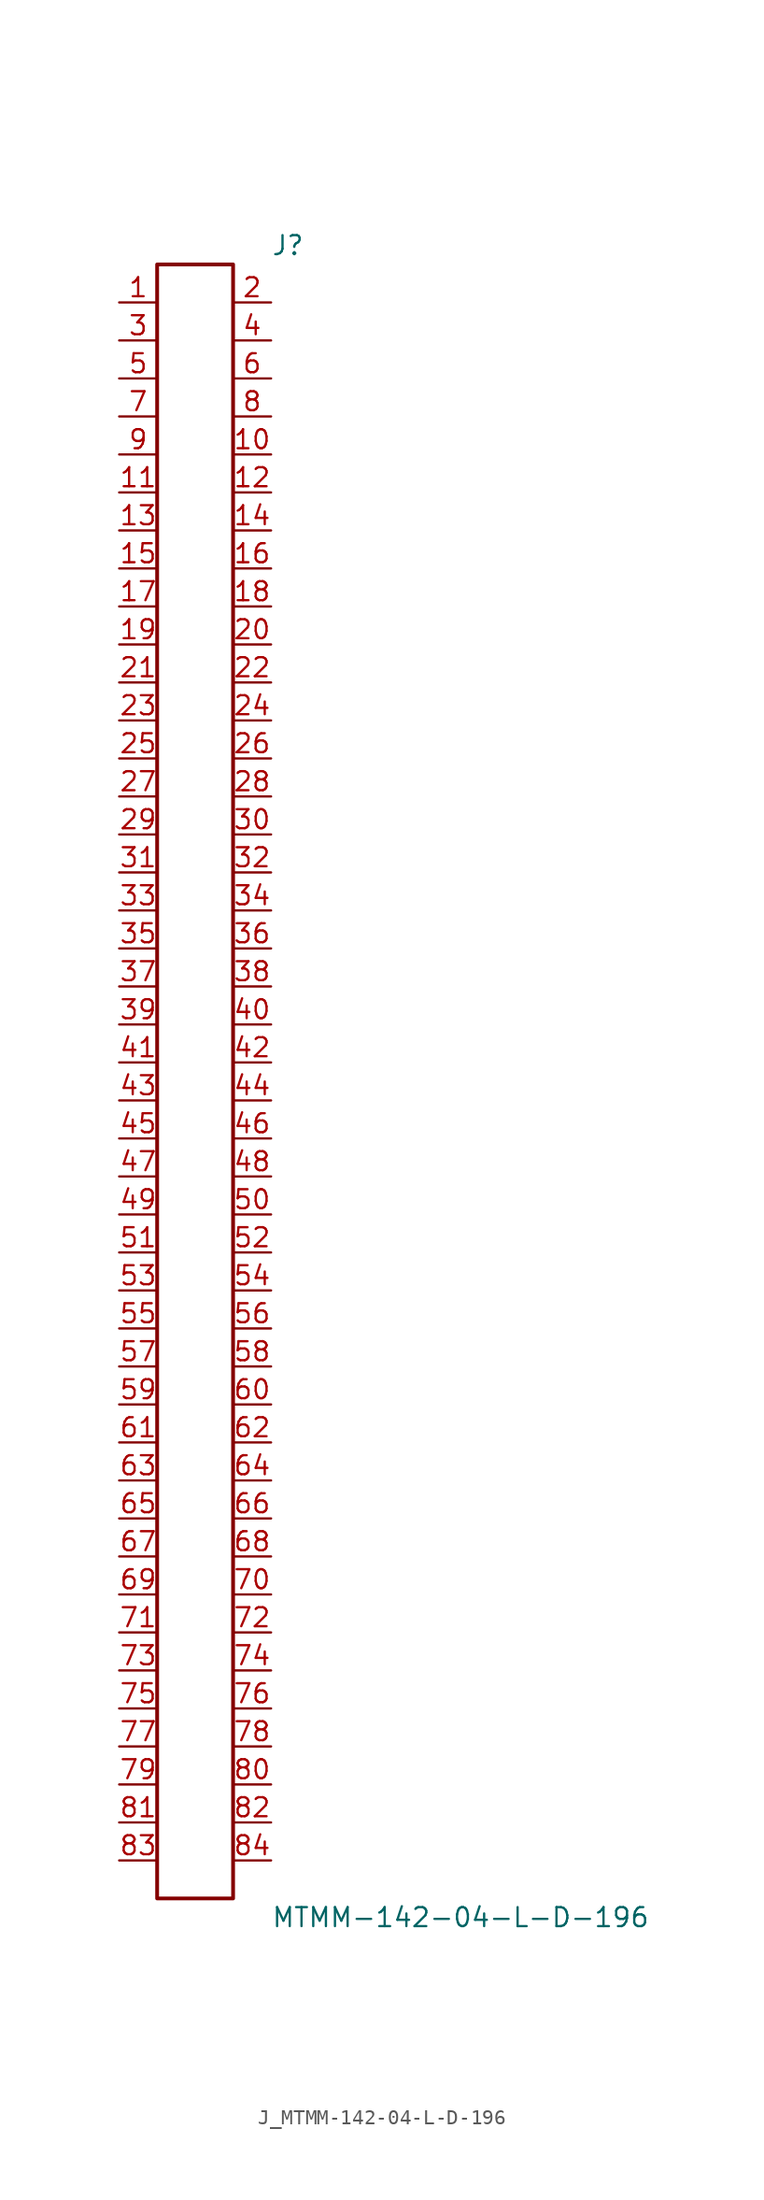
<source format=kicad_sym>
(kicad_symbol_lib
  (version 20231120)
  (generator kicad_symbol_editor)
  (generator_version 8.0)
  (symbol "J_MTMM-142-04-L-D-196"
    (pin_names
      (offset 0.254))
    (property "Reference" "J"
      (at 5.08 55.88 0)
      (effects (font (size 1.27 1.27)) (justify left)))
    (property "Value" "MTMM-142-04-L-D-196"
      (at 5.08 -55.88 0)
      (effects (font (size 1.27 1.27)) (justify left)))
    (symbol "J_MTMM-142-04-L-D-196_0_0"
      (pin passive line (at -5.08 52.07 0) (length 2.54) (name "" (effects (font (size 1.27 1.27)))) (number "1" (effects (font (size 1.27 1.27)))))
      (pin passive line (at 5.08 52.07 180) (length 2.54) (name "" (effects (font (size 1.27 1.27)))) (number "2" (effects (font (size 1.27 1.27)))))
      (pin passive line (at -5.08 49.53 0) (length 2.54) (name "" (effects (font (size 1.27 1.27)))) (number "3" (effects (font (size 1.27 1.27)))))
      (pin passive line (at 5.08 49.53 180) (length 2.54) (name "" (effects (font (size 1.27 1.27)))) (number "4" (effects (font (size 1.27 1.27)))))
      (pin passive line (at -5.08 46.99 0) (length 2.54) (name "" (effects (font (size 1.27 1.27)))) (number "5" (effects (font (size 1.27 1.27)))))
      (pin passive line (at 5.08 46.99 180) (length 2.54) (name "" (effects (font (size 1.27 1.27)))) (number "6" (effects (font (size 1.27 1.27)))))
      (pin passive line (at -5.08 44.45 0) (length 2.54) (name "" (effects (font (size 1.27 1.27)))) (number "7" (effects (font (size 1.27 1.27)))))
      (pin passive line (at 5.08 44.45 180) (length 2.54) (name "" (effects (font (size 1.27 1.27)))) (number "8" (effects (font (size 1.27 1.27)))))
      (pin passive line (at -5.08 41.91 0) (length 2.54) (name "" (effects (font (size 1.27 1.27)))) (number "9" (effects (font (size 1.27 1.27)))))
      (pin passive line (at 5.08 41.91 180) (length 2.54) (name "" (effects (font (size 1.27 1.27)))) (number "10" (effects (font (size 1.27 1.27)))))
      (pin passive line (at -5.08 39.37 0) (length 2.54) (name "" (effects (font (size 1.27 1.27)))) (number "11" (effects (font (size 1.27 1.27)))))
      (pin passive line (at 5.08 39.37 180) (length 2.54) (name "" (effects (font (size 1.27 1.27)))) (number "12" (effects (font (size 1.27 1.27)))))
      (pin passive line (at -5.08 36.83 0) (length 2.54) (name "" (effects (font (size 1.27 1.27)))) (number "13" (effects (font (size 1.27 1.27)))))
      (pin passive line (at 5.08 36.83 180) (length 2.54) (name "" (effects (font (size 1.27 1.27)))) (number "14" (effects (font (size 1.27 1.27)))))
      (pin passive line (at -5.08 34.29 0) (length 2.54) (name "" (effects (font (size 1.27 1.27)))) (number "15" (effects (font (size 1.27 1.27)))))
      (pin passive line (at 5.08 34.29 180) (length 2.54) (name "" (effects (font (size 1.27 1.27)))) (number "16" (effects (font (size 1.27 1.27)))))
      (pin passive line (at -5.08 31.75 0) (length 2.54) (name "" (effects (font (size 1.27 1.27)))) (number "17" (effects (font (size 1.27 1.27)))))
      (pin passive line (at 5.08 31.75 180) (length 2.54) (name "" (effects (font (size 1.27 1.27)))) (number "18" (effects (font (size 1.27 1.27)))))
      (pin passive line (at -5.08 29.21 0) (length 2.54) (name "" (effects (font (size 1.27 1.27)))) (number "19" (effects (font (size 1.27 1.27)))))
      (pin passive line (at 5.08 29.21 180) (length 2.54) (name "" (effects (font (size 1.27 1.27)))) (number "20" (effects (font (size 1.27 1.27)))))
      (pin passive line (at -5.08 26.67 0) (length 2.54) (name "" (effects (font (size 1.27 1.27)))) (number "21" (effects (font (size 1.27 1.27)))))
      (pin passive line (at 5.08 26.67 180) (length 2.54) (name "" (effects (font (size 1.27 1.27)))) (number "22" (effects (font (size 1.27 1.27)))))
      (pin passive line (at -5.08 24.13 0) (length 2.54) (name "" (effects (font (size 1.27 1.27)))) (number "23" (effects (font (size 1.27 1.27)))))
      (pin passive line (at 5.08 24.13 180) (length 2.54) (name "" (effects (font (size 1.27 1.27)))) (number "24" (effects (font (size 1.27 1.27)))))
      (pin passive line (at -5.08 21.59 0) (length 2.54) (name "" (effects (font (size 1.27 1.27)))) (number "25" (effects (font (size 1.27 1.27)))))
      (pin passive line (at 5.08 21.59 180) (length 2.54) (name "" (effects (font (size 1.27 1.27)))) (number "26" (effects (font (size 1.27 1.27)))))
      (pin passive line (at -5.08 19.05 0) (length 2.54) (name "" (effects (font (size 1.27 1.27)))) (number "27" (effects (font (size 1.27 1.27)))))
      (pin passive line (at 5.08 19.05 180) (length 2.54) (name "" (effects (font (size 1.27 1.27)))) (number "28" (effects (font (size 1.27 1.27)))))
      (pin passive line (at -5.08 16.51 0) (length 2.54) (name "" (effects (font (size 1.27 1.27)))) (number "29" (effects (font (size 1.27 1.27)))))
      (pin passive line (at 5.08 16.51 180) (length 2.54) (name "" (effects (font (size 1.27 1.27)))) (number "30" (effects (font (size 1.27 1.27)))))
      (pin passive line (at -5.08 13.97 0) (length 2.54) (name "" (effects (font (size 1.27 1.27)))) (number "31" (effects (font (size 1.27 1.27)))))
      (pin passive line (at 5.08 13.97 180) (length 2.54) (name "" (effects (font (size 1.27 1.27)))) (number "32" (effects (font (size 1.27 1.27)))))
      (pin passive line (at -5.08 11.43 0) (length 2.54) (name "" (effects (font (size 1.27 1.27)))) (number "33" (effects (font (size 1.27 1.27)))))
      (pin passive line (at 5.08 11.43 180) (length 2.54) (name "" (effects (font (size 1.27 1.27)))) (number "34" (effects (font (size 1.27 1.27)))))
      (pin passive line (at -5.08 8.89 0) (length 2.54) (name "" (effects (font (size 1.27 1.27)))) (number "35" (effects (font (size 1.27 1.27)))))
      (pin passive line (at 5.08 8.89 180) (length 2.54) (name "" (effects (font (size 1.27 1.27)))) (number "36" (effects (font (size 1.27 1.27)))))
      (pin passive line (at -5.08 6.35 0) (length 2.54) (name "" (effects (font (size 1.27 1.27)))) (number "37" (effects (font (size 1.27 1.27)))))
      (pin passive line (at 5.08 6.35 180) (length 2.54) (name "" (effects (font (size 1.27 1.27)))) (number "38" (effects (font (size 1.27 1.27)))))
      (pin passive line (at -5.08 3.81 0) (length 2.54) (name "" (effects (font (size 1.27 1.27)))) (number "39" (effects (font (size 1.27 1.27)))))
      (pin passive line (at 5.08 3.81 180) (length 2.54) (name "" (effects (font (size 1.27 1.27)))) (number "40" (effects (font (size 1.27 1.27)))))
      (pin passive line (at -5.08 1.27 0) (length 2.54) (name "" (effects (font (size 1.27 1.27)))) (number "41" (effects (font (size 1.27 1.27)))))
      (pin passive line (at 5.08 1.27 180) (length 2.54) (name "" (effects (font (size 1.27 1.27)))) (number "42" (effects (font (size 1.27 1.27)))))
      (pin passive line (at -5.08 -1.27 0) (length 2.54) (name "" (effects (font (size 1.27 1.27)))) (number "43" (effects (font (size 1.27 1.27)))))
      (pin passive line (at 5.08 -1.27 180) (length 2.54) (name "" (effects (font (size 1.27 1.27)))) (number "44" (effects (font (size 1.27 1.27)))))
      (pin passive line (at -5.08 -3.81 0) (length 2.54) (name "" (effects (font (size 1.27 1.27)))) (number "45" (effects (font (size 1.27 1.27)))))
      (pin passive line (at 5.08 -3.81 180) (length 2.54) (name "" (effects (font (size 1.27 1.27)))) (number "46" (effects (font (size 1.27 1.27)))))
      (pin passive line (at -5.08 -6.35 0) (length 2.54) (name "" (effects (font (size 1.27 1.27)))) (number "47" (effects (font (size 1.27 1.27)))))
      (pin passive line (at 5.08 -6.35 180) (length 2.54) (name "" (effects (font (size 1.27 1.27)))) (number "48" (effects (font (size 1.27 1.27)))))
      (pin passive line (at -5.08 -8.89 0) (length 2.54) (name "" (effects (font (size 1.27 1.27)))) (number "49" (effects (font (size 1.27 1.27)))))
      (pin passive line (at 5.08 -8.89 180) (length 2.54) (name "" (effects (font (size 1.27 1.27)))) (number "50" (effects (font (size 1.27 1.27)))))
      (pin passive line (at -5.08 -11.43 0) (length 2.54) (name "" (effects (font (size 1.27 1.27)))) (number "51" (effects (font (size 1.27 1.27)))))
      (pin passive line (at 5.08 -11.43 180) (length 2.54) (name "" (effects (font (size 1.27 1.27)))) (number "52" (effects (font (size 1.27 1.27)))))
      (pin passive line (at -5.08 -13.97 0) (length 2.54) (name "" (effects (font (size 1.27 1.27)))) (number "53" (effects (font (size 1.27 1.27)))))
      (pin passive line (at 5.08 -13.97 180) (length 2.54) (name "" (effects (font (size 1.27 1.27)))) (number "54" (effects (font (size 1.27 1.27)))))
      (pin passive line (at -5.08 -16.51 0) (length 2.54) (name "" (effects (font (size 1.27 1.27)))) (number "55" (effects (font (size 1.27 1.27)))))
      (pin passive line (at 5.08 -16.51 180) (length 2.54) (name "" (effects (font (size 1.27 1.27)))) (number "56" (effects (font (size 1.27 1.27)))))
      (pin passive line (at -5.08 -19.05 0) (length 2.54) (name "" (effects (font (size 1.27 1.27)))) (number "57" (effects (font (size 1.27 1.27)))))
      (pin passive line (at 5.08 -19.05 180) (length 2.54) (name "" (effects (font (size 1.27 1.27)))) (number "58" (effects (font (size 1.27 1.27)))))
      (pin passive line (at -5.08 -21.59 0) (length 2.54) (name "" (effects (font (size 1.27 1.27)))) (number "59" (effects (font (size 1.27 1.27)))))
      (pin passive line (at 5.08 -21.59 180) (length 2.54) (name "" (effects (font (size 1.27 1.27)))) (number "60" (effects (font (size 1.27 1.27)))))
      (pin passive line (at -5.08 -24.13 0) (length 2.54) (name "" (effects (font (size 1.27 1.27)))) (number "61" (effects (font (size 1.27 1.27)))))
      (pin passive line (at 5.08 -24.13 180) (length 2.54) (name "" (effects (font (size 1.27 1.27)))) (number "62" (effects (font (size 1.27 1.27)))))
      (pin passive line (at -5.08 -26.67 0) (length 2.54) (name "" (effects (font (size 1.27 1.27)))) (number "63" (effects (font (size 1.27 1.27)))))
      (pin passive line (at 5.08 -26.67 180) (length 2.54) (name "" (effects (font (size 1.27 1.27)))) (number "64" (effects (font (size 1.27 1.27)))))
      (pin passive line (at -5.08 -29.21 0) (length 2.54) (name "" (effects (font (size 1.27 1.27)))) (number "65" (effects (font (size 1.27 1.27)))))
      (pin passive line (at 5.08 -29.21 180) (length 2.54) (name "" (effects (font (size 1.27 1.27)))) (number "66" (effects (font (size 1.27 1.27)))))
      (pin passive line (at -5.08 -31.75 0) (length 2.54) (name "" (effects (font (size 1.27 1.27)))) (number "67" (effects (font (size 1.27 1.27)))))
      (pin passive line (at 5.08 -31.75 180) (length 2.54) (name "" (effects (font (size 1.27 1.27)))) (number "68" (effects (font (size 1.27 1.27)))))
      (pin passive line (at -5.08 -34.29 0) (length 2.54) (name "" (effects (font (size 1.27 1.27)))) (number "69" (effects (font (size 1.27 1.27)))))
      (pin passive line (at 5.08 -34.29 180) (length 2.54) (name "" (effects (font (size 1.27 1.27)))) (number "70" (effects (font (size 1.27 1.27)))))
      (pin passive line (at -5.08 -36.83 0) (length 2.54) (name "" (effects (font (size 1.27 1.27)))) (number "71" (effects (font (size 1.27 1.27)))))
      (pin passive line (at 5.08 -36.83 180) (length 2.54) (name "" (effects (font (size 1.27 1.27)))) (number "72" (effects (font (size 1.27 1.27)))))
      (pin passive line (at -5.08 -39.37 0) (length 2.54) (name "" (effects (font (size 1.27 1.27)))) (number "73" (effects (font (size 1.27 1.27)))))
      (pin passive line (at 5.08 -39.37 180) (length 2.54) (name "" (effects (font (size 1.27 1.27)))) (number "74" (effects (font (size 1.27 1.27)))))
      (pin passive line (at -5.08 -41.91 0) (length 2.54) (name "" (effects (font (size 1.27 1.27)))) (number "75" (effects (font (size 1.27 1.27)))))
      (pin passive line (at 5.08 -41.91 180) (length 2.54) (name "" (effects (font (size 1.27 1.27)))) (number "76" (effects (font (size 1.27 1.27)))))
      (pin passive line (at -5.08 -44.45 0) (length 2.54) (name "" (effects (font (size 1.27 1.27)))) (number "77" (effects (font (size 1.27 1.27)))))
      (pin passive line (at 5.08 -44.45 180) (length 2.54) (name "" (effects (font (size 1.27 1.27)))) (number "78" (effects (font (size 1.27 1.27)))))
      (pin passive line (at -5.08 -46.99 0) (length 2.54) (name "" (effects (font (size 1.27 1.27)))) (number "79" (effects (font (size 1.27 1.27)))))
      (pin passive line (at 5.08 -46.99 180) (length 2.54) (name "" (effects (font (size 1.27 1.27)))) (number "80" (effects (font (size 1.27 1.27)))))
      (pin passive line (at -5.08 -49.53 0) (length 2.54) (name "" (effects (font (size 1.27 1.27)))) (number "81" (effects (font (size 1.27 1.27)))))
      (pin passive line (at 5.08 -49.53 180) (length 2.54) (name "" (effects (font (size 1.27 1.27)))) (number "82" (effects (font (size 1.27 1.27)))))
      (pin passive line (at -5.08 -52.07 0) (length 2.54) (name "" (effects (font (size 1.27 1.27)))) (number "83" (effects (font (size 1.27 1.27)))))
      (pin passive line (at 5.08 -52.07 180) (length 2.54) (name "" (effects (font (size 1.27 1.27)))) (number "84" (effects (font (size 1.27 1.27))))))
    (symbol "J_MTMM-142-04-L-D-196_1_0"
      (rectangle (start -2.54 54.61) (end 2.54 -54.61) (stroke (width 0.254) (type solid)) (fill (type none))))))
</source>
